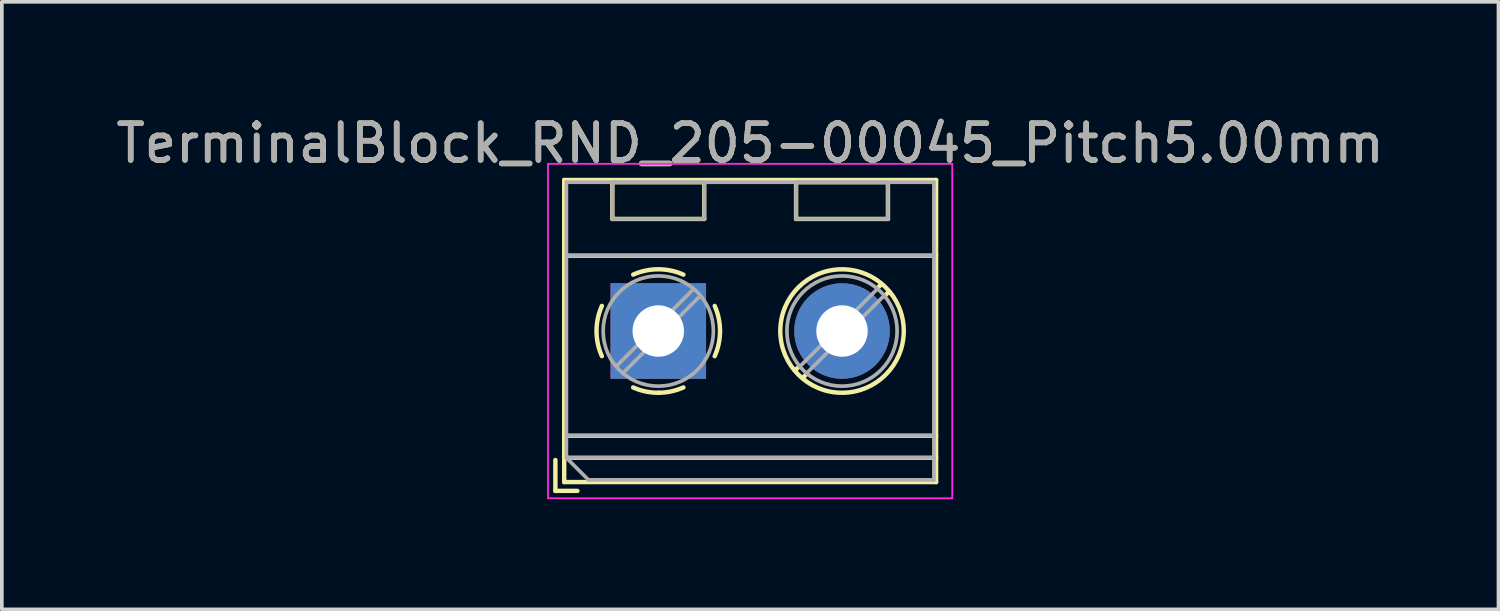
<source format=kicad_pcb>
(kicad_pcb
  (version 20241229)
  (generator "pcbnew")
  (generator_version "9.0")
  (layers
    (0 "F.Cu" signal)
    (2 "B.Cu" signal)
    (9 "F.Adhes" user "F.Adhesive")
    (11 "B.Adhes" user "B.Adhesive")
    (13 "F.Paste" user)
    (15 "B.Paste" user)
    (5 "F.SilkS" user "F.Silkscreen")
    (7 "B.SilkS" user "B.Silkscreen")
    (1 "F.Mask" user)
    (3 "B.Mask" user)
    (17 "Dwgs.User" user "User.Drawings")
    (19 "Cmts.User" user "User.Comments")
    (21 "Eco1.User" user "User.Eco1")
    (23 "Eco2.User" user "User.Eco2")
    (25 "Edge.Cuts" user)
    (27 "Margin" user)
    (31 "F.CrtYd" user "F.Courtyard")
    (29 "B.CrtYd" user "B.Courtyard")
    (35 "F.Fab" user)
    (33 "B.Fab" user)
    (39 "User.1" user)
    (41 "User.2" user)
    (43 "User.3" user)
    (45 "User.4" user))
  (footprint "TerminalBlock_RND_205-00045_Pitch5.00mm"
    (layer "F.Cu")
    (at 14.863 5.958)
    (property "Reference" "TerminalBlock_RND_205-00045_Pitch5.00mm" (at 2.5 -5.11 0) (layer "F.SilkS") (effects (font (size 1 1) (thickness 0.15))))
    (attr through_hole)
    (fp_line (start -2.8 3.51) (end -2.8 4.35) (stroke (width 0.12) (type solid)) (layer "F.SilkS"))
    (fp_line (start -2.8 4.35) (end -2.2 4.35) (stroke (width 0.12) (type solid)) (layer "F.SilkS"))
    (fp_line (start -2.56 -4.11) (end -2.56 4.11) (stroke (width 0.12) (type solid)) (layer "F.SilkS"))
    (fp_line (start -2.56 -2.05) (end 7.56 -2.05) (stroke (width 0.12) (type solid)) (layer "F.SilkS"))
    (fp_line (start -2.56 2.85) (end 7.56 2.85) (stroke (width 0.12) (type solid)) (layer "F.SilkS"))
    (fp_line (start -2.56 3.45) (end 7.56 3.45) (stroke (width 0.12) (type solid)) (layer "F.SilkS"))
    (fp_line (start -2.56 4.11) (end 7.56 4.11) (stroke (width 0.12) (type solid)) (layer "F.SilkS"))
    (fp_line (start -1.25 -4.05) (end -1.25 -3.05) (stroke (width 0.12) (type solid)) (layer "F.SilkS"))
    (fp_line (start -1.25 -4.05) (end 1.25 -4.05) (stroke (width 0.12) (type solid)) (layer "F.SilkS"))
    (fp_line (start -1.25 -3.05) (end 1.25 -3.05) (stroke (width 0.12) (type solid)) (layer "F.SilkS"))
    (fp_line (start 1.25 -4.05) (end 1.25 -3.05) (stroke (width 0.12) (type solid)) (layer "F.SilkS"))
    (fp_line (start 3.75 -4.05) (end 3.75 -3.05) (stroke (width 0.12) (type solid)) (layer "F.SilkS"))
    (fp_line (start 3.75 -4.05) (end 6.25 -4.05) (stroke (width 0.12) (type solid)) (layer "F.SilkS"))
    (fp_line (start 3.75 -3.05) (end 6.25 -3.05) (stroke (width 0.12) (type solid)) (layer "F.SilkS"))
    (fp_line (start 3.82 0.976) (end 3.726 1.069) (stroke (width 0.12) (type solid)) (layer "F.SilkS"))
    (fp_line (start 4.002 1.204) (end 3.931 1.274) (stroke (width 0.12) (type solid)) (layer "F.SilkS"))
    (fp_line (start 6.07 -1.275) (end 5.999 -1.204) (stroke (width 0.12) (type solid)) (layer "F.SilkS"))
    (fp_line (start 6.25 -4.05) (end 6.25 -3.05) (stroke (width 0.12) (type solid)) (layer "F.SilkS"))
    (fp_line (start 6.275 -1.069) (end 6.181 -0.976) (stroke (width 0.12) (type solid)) (layer "F.SilkS"))
    (fp_line (start 7.56 -4.11) (end -2.56 -4.11) (stroke (width 0.12) (type solid)) (layer "F.SilkS"))
    (fp_line (start 7.56 4.11) (end 7.56 -4.11) (stroke (width 0.12) (type solid)) (layer "F.SilkS"))
    (fp_arc (start -1.535427 0.683042) (mid -1.680501 -0.000524) (end -1.535 -0.684) (stroke (width 0.12) (type solid)) (layer "F.SilkS"))
    (fp_arc (start -0.683042 -1.535427) (mid 0.000524 -1.680501) (end 0.684 -1.535) (stroke (width 0.12) (type solid)) (layer "F.SilkS"))
    (fp_arc (start 0.028805 1.680253) (mid -0.335551 1.646659) (end -0.684 1.535) (stroke (width 0.12) (type solid)) (layer "F.SilkS"))
    (fp_arc (start 0.683318 1.534756) (mid 0.349292 1.643288) (end 0 1.68) (stroke (width 0.12) (type solid)) (layer "F.SilkS"))
    (fp_arc (start 1.535427 -0.683042) (mid 1.680501 0.000524) (end 1.535 0.684) (stroke (width 0.12) (type solid)) (layer "F.SilkS"))
    (fp_circle (center 5 0) (end 6.68 0) (stroke (width 0.12) (type solid)) (fill no) (layer "F.SilkS"))
    (fp_line (start -3 -4.55) (end -3 4.55) (stroke (width 0.05) (type solid)) (layer "F.CrtYd"))
    (fp_line (start -3 4.55) (end 8 4.55) (stroke (width 0.05) (type solid)) (layer "F.CrtYd"))
    (fp_line (start 8 -4.55) (end -3 -4.55) (stroke (width 0.05) (type solid)) (layer "F.CrtYd"))
    (fp_line (start 8 4.55) (end 8 -4.55) (stroke (width 0.05) (type solid)) (layer "F.CrtYd"))
    (fp_line (start -2.5 -4.05) (end 7.5 -4.05) (stroke (width 0.1) (type solid)) (layer "F.Fab"))
    (fp_line (start -2.5 -2.05) (end 7.5 -2.05) (stroke (width 0.1) (type solid)) (layer "F.Fab"))
    (fp_line (start -2.5 2.85) (end 7.5 2.85) (stroke (width 0.1) (type solid)) (layer "F.Fab"))
    (fp_line (start -2.5 3.45) (end -2.5 -4.05) (stroke (width 0.1) (type solid)) (layer "F.Fab"))
    (fp_line (start -2.5 3.45) (end 7.5 3.45) (stroke (width 0.1) (type solid)) (layer "F.Fab"))
    (fp_line (start -1.9 4.05) (end -2.5 3.45) (stroke (width 0.1) (type solid)) (layer "F.Fab"))
    (fp_line (start -1.25 -4.05) (end -1.25 -3.05) (stroke (width 0.1) (type solid)) (layer "F.Fab"))
    (fp_line (start -1.25 -3.05) (end 1.25 -3.05) (stroke (width 0.1) (type solid)) (layer "F.Fab"))
    (fp_line (start 0.955 -1.138) (end -1.138 0.955) (stroke (width 0.1) (type solid)) (layer "F.Fab"))
    (fp_line (start 1.138 -0.955) (end -0.955 1.138) (stroke (width 0.1) (type solid)) (layer "F.Fab"))
    (fp_line (start 1.25 -4.05) (end -1.25 -4.05) (stroke (width 0.1) (type solid)) (layer "F.Fab"))
    (fp_line (start 1.25 -3.05) (end 1.25 -4.05) (stroke (width 0.1) (type solid)) (layer "F.Fab"))
    (fp_line (start 3.75 -4.05) (end 3.75 -3.05) (stroke (width 0.1) (type solid)) (layer "F.Fab"))
    (fp_line (start 3.75 -3.05) (end 6.25 -3.05) (stroke (width 0.1) (type solid)) (layer "F.Fab"))
    (fp_line (start 5.955 -1.138) (end 3.863 0.955) (stroke (width 0.1) (type solid)) (layer "F.Fab"))
    (fp_line (start 6.138 -0.955) (end 4.046 1.138) (stroke (width 0.1) (type solid)) (layer "F.Fab"))
    (fp_line (start 6.25 -4.05) (end 3.75 -4.05) (stroke (width 0.1) (type solid)) (layer "F.Fab"))
    (fp_line (start 6.25 -3.05) (end 6.25 -4.05) (stroke (width 0.1) (type solid)) (layer "F.Fab"))
    (fp_line (start 7.5 -4.05) (end 7.5 4.05) (stroke (width 0.1) (type solid)) (layer "F.Fab"))
    (fp_line (start 7.5 4.05) (end -1.9 4.05) (stroke (width 0.1) (type solid)) (layer "F.Fab"))
    (fp_circle (center 0 0) (end 1.5 0) (stroke (width 0.1) (type solid)) (fill no) (layer "F.Fab"))
    (fp_circle (center 5 0) (end 6.5 0) (stroke (width 0.1) (type solid)) (fill no) (layer "F.Fab"))
    (fp_text user "${REFERENCE}" (at 2.5 -5.11 0) (layer "F.Fab") (effects (font (size 1 1) (thickness 0.15))))
    (pad "1" thru_hole rect (at 0 0) (size 2.6 2.6) (drill 1.4) (layers "*.Cu" "*.Mask"))
    (pad "2" thru_hole oval (at 5 0) (size 2.6 2.6) (drill 1.4) (layers "*.Cu" "*.Mask")))
  (gr_rect
    (start -3 -3)
    (end 37.726 13.533)
    (stroke (width 0.1) (type default))
    (fill no)
    (layer "Edge.Cuts")))
</source>
